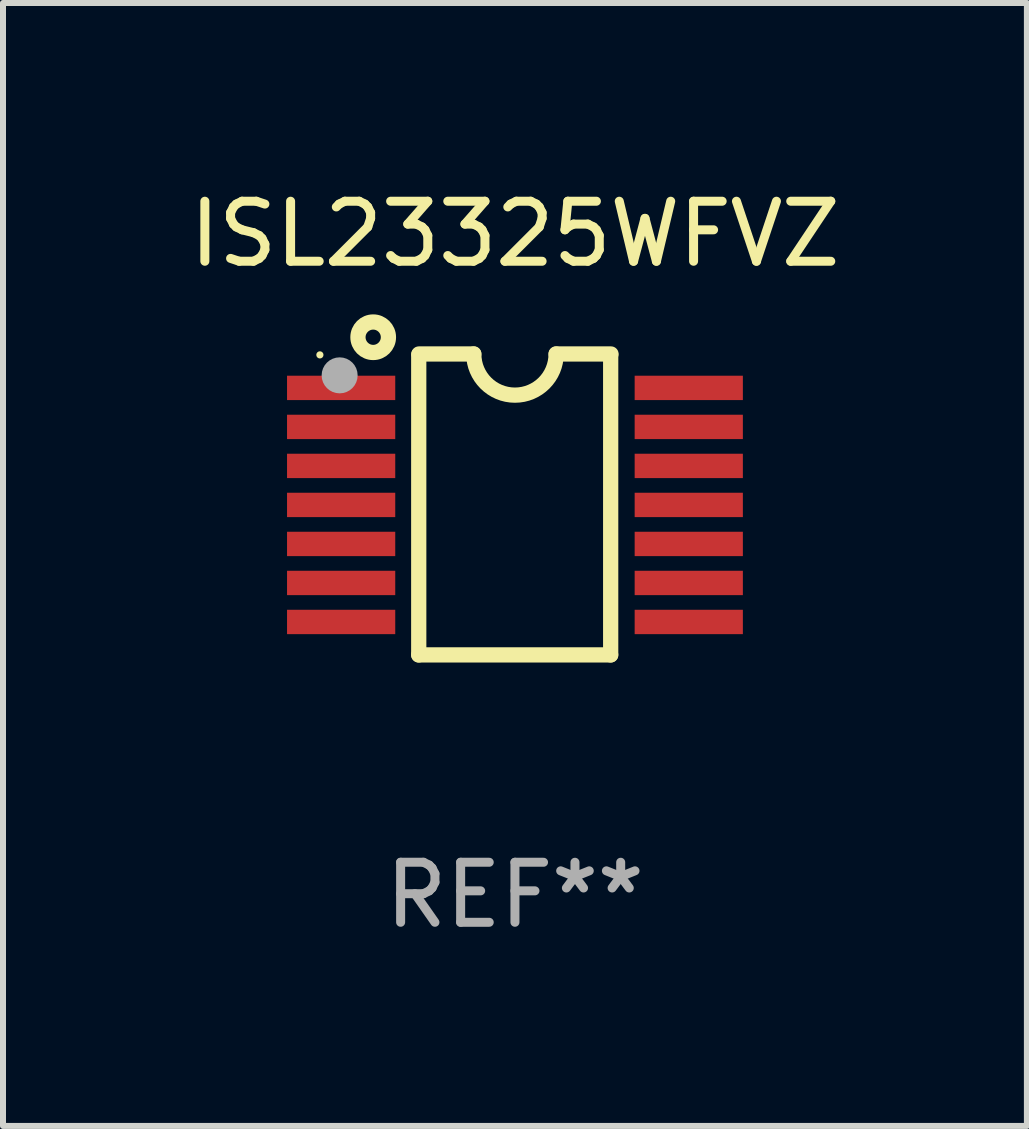
<source format=kicad_pcb>
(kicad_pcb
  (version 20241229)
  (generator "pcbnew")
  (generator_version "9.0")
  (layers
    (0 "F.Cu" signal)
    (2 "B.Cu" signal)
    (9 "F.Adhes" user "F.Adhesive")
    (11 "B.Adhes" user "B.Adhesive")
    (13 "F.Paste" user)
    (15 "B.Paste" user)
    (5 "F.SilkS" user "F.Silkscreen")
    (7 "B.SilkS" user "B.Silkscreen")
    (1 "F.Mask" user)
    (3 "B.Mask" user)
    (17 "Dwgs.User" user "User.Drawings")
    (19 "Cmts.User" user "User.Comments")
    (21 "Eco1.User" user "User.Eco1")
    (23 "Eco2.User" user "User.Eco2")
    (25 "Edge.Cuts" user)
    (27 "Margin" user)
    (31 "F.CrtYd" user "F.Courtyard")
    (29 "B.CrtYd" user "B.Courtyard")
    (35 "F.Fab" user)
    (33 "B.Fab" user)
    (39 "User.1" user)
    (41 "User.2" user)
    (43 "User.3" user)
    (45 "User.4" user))
  (footprint "ISL23325WFVZ"
    (layer "F.Cu")
    (at 5.53 5.355)
    (property "Reference" "ISL23325WFVZ" (at 0 -4.507 0) (layer "F.SilkS") (effects (font (size 1 1) (thickness 0.15))))
    (attr through_hole)
    (fp_line (start -1.603 2.507) (end -1.603 -2.494) (stroke (width 0.254) (type solid)) (layer "F.SilkS"))
    (fp_line (start -1.603 2.507) (end 1.595 2.507) (stroke (width 0.254) (type solid)) (layer "F.SilkS"))
    (fp_line (start -1.6 -2.507) (end -0.686 -2.507) (stroke (width 0.254) (type solid)) (layer "F.SilkS"))
    (fp_line (start 0.686 -2.507) (end 1.6 -2.507) (stroke (width 0.254) (type solid)) (layer "F.SilkS"))
    (fp_line (start 1.595 2.507) (end 1.595 -2.494) (stroke (width 0.254) (type solid)) (layer "F.SilkS"))
    (fp_arc (start 0.685852 -2.506998) (mid 0.000051 -1.821197) (end -0.68575 -2.506998) (stroke (width 0.254001) (type solid)) (layer "F.SilkS"))
    (fp_circle (center -3.25 -2.492) (end -3.22 -2.492) (stroke (width 0.06) (type solid)) (fill no) (layer "F.SilkS"))
    (fp_circle (center -2.362 -2.786) (end -2.108 -2.786) (stroke (width 0.254) (type solid)) (fill no) (layer "F.SilkS"))
    (fp_circle (center -2.921 -2.151) (end -2.771 -2.151) (stroke (width 0.3) (type solid)) (fill no) (layer "F.Fab"))
    (fp_text user "REF**" (at 0 6.507 0) (layer "F.Fab") (effects (font (size 1 1) (thickness 0.15))))
    (pad "1" smd rect (at -2.896 -1.942) (size 1.803 0.406) (layers "F.Cu" "F.Mask" "F.Paste"))
    (pad "2" smd rect (at -2.896 -1.292) (size 1.803 0.406) (layers "F.Cu" "F.Mask" "F.Paste"))
    (pad "3" smd rect (at -2.896 -0.642) (size 1.803 0.406) (layers "F.Cu" "F.Mask" "F.Paste"))
    (pad "4" smd rect (at -2.896 0.008) (size 1.803 0.406) (layers "F.Cu" "F.Mask" "F.Paste"))
    (pad "5" smd rect (at -2.896 0.658) (size 1.803 0.406) (layers "F.Cu" "F.Mask" "F.Paste"))
    (pad "6" smd rect (at -2.896 1.308) (size 1.803 0.406) (layers "F.Cu" "F.Mask" "F.Paste"))
    (pad "7" smd rect (at -2.896 1.958) (size 1.803 0.406) (layers "F.Cu" "F.Mask" "F.Paste"))
    (pad "8" smd rect (at 2.896 1.958) (size 1.803 0.406) (layers "F.Cu" "F.Mask" "F.Paste"))
    (pad "9" smd rect (at 2.896 1.308) (size 1.803 0.406) (layers "F.Cu" "F.Mask" "F.Paste"))
    (pad "10" smd rect (at 2.896 0.658) (size 1.803 0.406) (layers "F.Cu" "F.Mask" "F.Paste"))
    (pad "11" smd rect (at 2.896 0.008) (size 1.803 0.406) (layers "F.Cu" "F.Mask" "F.Paste"))
    (pad "12" smd rect (at 2.896 -0.642) (size 1.803 0.406) (layers "F.Cu" "F.Mask" "F.Paste"))
    (pad "13" smd rect (at 2.896 -1.292) (size 1.803 0.406) (layers "F.Cu" "F.Mask" "F.Paste"))
    (pad "14" smd rect (at 2.896 -1.942) (size 1.803 0.406) (layers "F.Cu" "F.Mask" "F.Paste")))
  (gr_rect
    (start -3 -3)
    (end 14.06 15.71)
    (stroke (width 0.1) (type default))
    (fill no)
    (layer "Edge.Cuts")))
</source>
